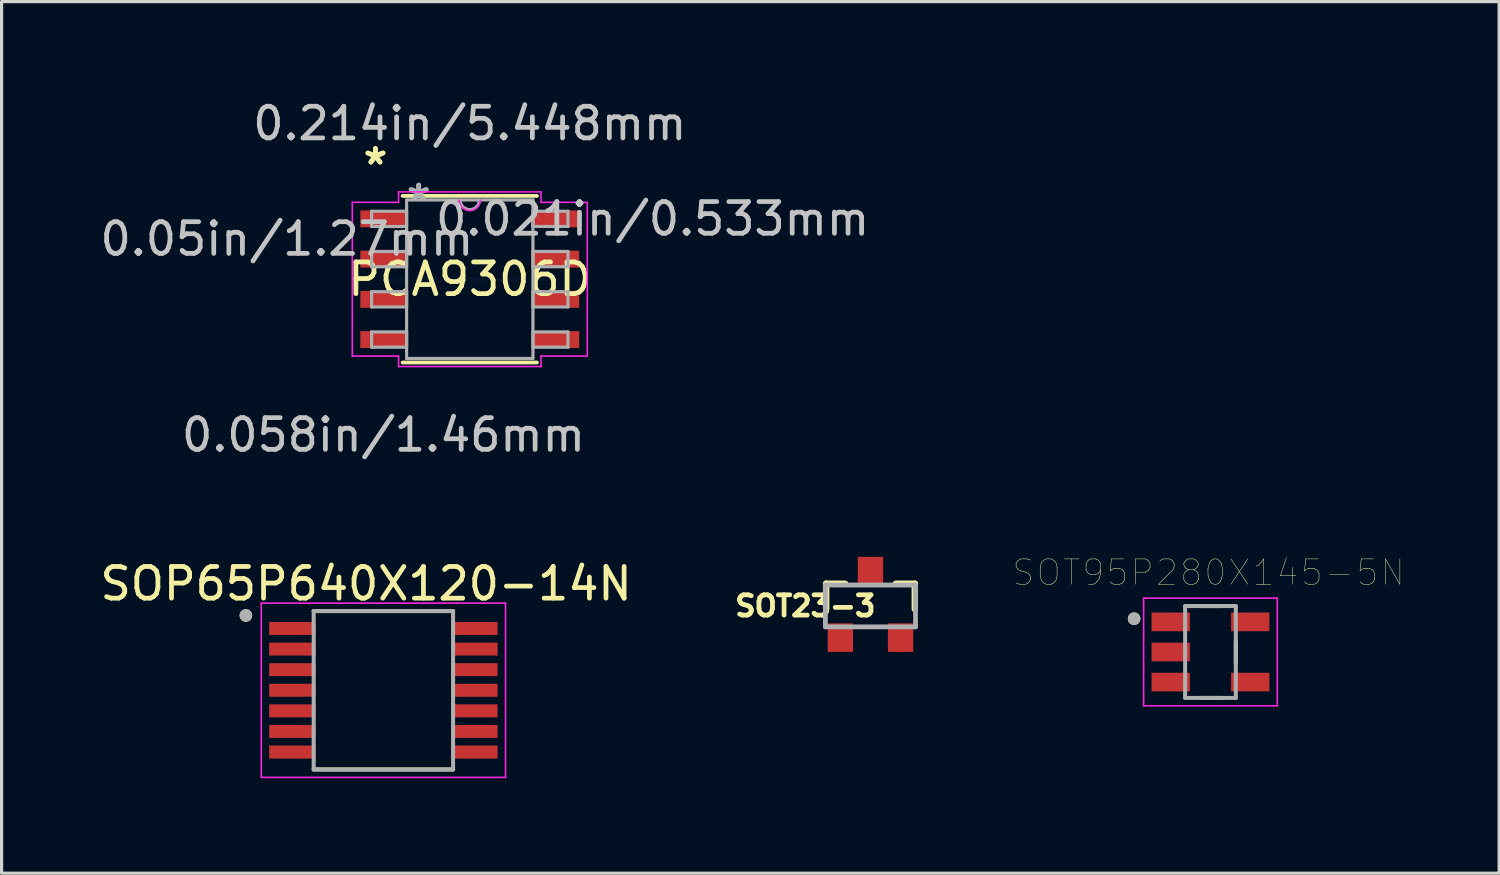
<source format=kicad_pcb>
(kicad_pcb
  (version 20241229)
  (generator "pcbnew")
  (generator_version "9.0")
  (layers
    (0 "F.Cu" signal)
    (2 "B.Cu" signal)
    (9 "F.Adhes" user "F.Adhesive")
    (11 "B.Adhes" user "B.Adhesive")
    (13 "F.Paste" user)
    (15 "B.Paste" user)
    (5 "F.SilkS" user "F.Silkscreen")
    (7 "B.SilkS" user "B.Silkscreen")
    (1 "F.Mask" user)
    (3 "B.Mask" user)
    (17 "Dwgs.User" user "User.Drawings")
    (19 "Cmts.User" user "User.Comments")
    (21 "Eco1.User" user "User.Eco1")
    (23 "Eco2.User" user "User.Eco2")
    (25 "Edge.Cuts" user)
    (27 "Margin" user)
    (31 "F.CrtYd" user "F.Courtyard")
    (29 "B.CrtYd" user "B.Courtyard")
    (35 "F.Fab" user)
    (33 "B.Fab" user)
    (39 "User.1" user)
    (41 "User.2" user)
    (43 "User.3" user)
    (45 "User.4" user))
  (footprint "PCA9306D"
    (layer "F.Cu")
    (at 11.778 5.763)
    (property "Reference" "PCA9306D" (at 0 0 0) (layer "F.SilkS") (effects (font (size 1 1) (thickness 0.15))))
    (attr through_hole)
    (fp_line (start -2.121 2.629) (end 2.121 2.629) (stroke (width 0.12) (type solid)) (layer "F.SilkS"))
    (fp_line (start 2.121 -2.629) (end -2.121 -2.629) (stroke (width 0.12) (type solid)) (layer "F.SilkS"))
    (fp_line (start -3.708 -2.426) (end -2.248 -2.426) (stroke (width 0.05) (type solid)) (layer "F.CrtYd"))
    (fp_line (start -3.708 2.426) (end -3.708 -2.426) (stroke (width 0.05) (type solid)) (layer "F.CrtYd"))
    (fp_line (start -2.248 -2.756) (end 2.248 -2.756) (stroke (width 0.05) (type solid)) (layer "F.CrtYd"))
    (fp_line (start -2.248 -2.426) (end -2.248 -2.756) (stroke (width 0.05) (type solid)) (layer "F.CrtYd"))
    (fp_line (start -2.248 2.426) (end -3.708 2.426) (stroke (width 0.05) (type solid)) (layer "F.CrtYd"))
    (fp_line (start -2.248 2.756) (end -2.248 2.426) (stroke (width 0.05) (type solid)) (layer "F.CrtYd"))
    (fp_line (start 2.248 -2.756) (end 2.248 -2.426) (stroke (width 0.05) (type solid)) (layer "F.CrtYd"))
    (fp_line (start 2.248 -2.426) (end 3.708 -2.426) (stroke (width 0.05) (type solid)) (layer "F.CrtYd"))
    (fp_line (start 2.248 2.426) (end 2.248 2.756) (stroke (width 0.05) (type solid)) (layer "F.CrtYd"))
    (fp_line (start 2.248 2.756) (end -2.248 2.756) (stroke (width 0.05) (type solid)) (layer "F.CrtYd"))
    (fp_line (start 3.708 -2.426) (end 3.708 2.426) (stroke (width 0.05) (type solid)) (layer "F.CrtYd"))
    (fp_line (start 3.708 2.426) (end 2.248 2.426) (stroke (width 0.05) (type solid)) (layer "F.CrtYd"))
    (fp_arc (start 0.332317 -2.5019) (mid 0 -2.169583) (end -0.332317 -2.5019) (stroke (width 0.05) (type solid)) (layer "F.CrtYd"))
    (fp_line (start -3.099 -2.146) (end -3.099 -1.664) (stroke (width 0.1) (type solid)) (layer "F.Fab"))
    (fp_line (start -3.099 -1.664) (end -1.994 -1.664) (stroke (width 0.1) (type solid)) (layer "F.Fab"))
    (fp_line (start -3.099 -0.876) (end -3.099 -0.394) (stroke (width 0.1) (type solid)) (layer "F.Fab"))
    (fp_line (start -3.099 -0.394) (end -1.994 -0.394) (stroke (width 0.1) (type solid)) (layer "F.Fab"))
    (fp_line (start -3.099 0.394) (end -3.099 0.876) (stroke (width 0.1) (type solid)) (layer "F.Fab"))
    (fp_line (start -3.099 0.876) (end -1.994 0.876) (stroke (width 0.1) (type solid)) (layer "F.Fab"))
    (fp_line (start -3.099 1.664) (end -3.099 2.146) (stroke (width 0.1) (type solid)) (layer "F.Fab"))
    (fp_line (start -3.099 2.146) (end -1.994 2.146) (stroke (width 0.1) (type solid)) (layer "F.Fab"))
    (fp_line (start -1.994 -2.502) (end -1.994 2.502) (stroke (width 0.1) (type solid)) (layer "F.Fab"))
    (fp_line (start -1.994 -2.146) (end -3.099 -2.146) (stroke (width 0.1) (type solid)) (layer "F.Fab"))
    (fp_line (start -1.994 -1.664) (end -1.994 -2.146) (stroke (width 0.1) (type solid)) (layer "F.Fab"))
    (fp_line (start -1.994 -0.876) (end -3.099 -0.876) (stroke (width 0.1) (type solid)) (layer "F.Fab"))
    (fp_line (start -1.994 -0.394) (end -1.994 -0.876) (stroke (width 0.1) (type solid)) (layer "F.Fab"))
    (fp_line (start -1.994 0.394) (end -3.099 0.394) (stroke (width 0.1) (type solid)) (layer "F.Fab"))
    (fp_line (start -1.994 0.876) (end -1.994 0.394) (stroke (width 0.1) (type solid)) (layer "F.Fab"))
    (fp_line (start -1.994 1.664) (end -3.099 1.664) (stroke (width 0.1) (type solid)) (layer "F.Fab"))
    (fp_line (start -1.994 2.146) (end -1.994 1.664) (stroke (width 0.1) (type solid)) (layer "F.Fab"))
    (fp_line (start -1.994 2.502) (end 1.994 2.502) (stroke (width 0.1) (type solid)) (layer "F.Fab"))
    (fp_line (start 1.994 -2.502) (end -1.994 -2.502) (stroke (width 0.1) (type solid)) (layer "F.Fab"))
    (fp_line (start 1.994 -2.146) (end 1.994 -1.664) (stroke (width 0.1) (type solid)) (layer "F.Fab"))
    (fp_line (start 1.994 -1.664) (end 3.099 -1.664) (stroke (width 0.1) (type solid)) (layer "F.Fab"))
    (fp_line (start 1.994 -0.876) (end 1.994 -0.394) (stroke (width 0.1) (type solid)) (layer "F.Fab"))
    (fp_line (start 1.994 -0.394) (end 3.099 -0.394) (stroke (width 0.1) (type solid)) (layer "F.Fab"))
    (fp_line (start 1.994 0.394) (end 1.994 0.876) (stroke (width 0.1) (type solid)) (layer "F.Fab"))
    (fp_line (start 1.994 0.876) (end 3.099 0.876) (stroke (width 0.1) (type solid)) (layer "F.Fab"))
    (fp_line (start 1.994 1.664) (end 1.994 2.146) (stroke (width 0.1) (type solid)) (layer "F.Fab"))
    (fp_line (start 1.994 2.146) (end 3.099 2.146) (stroke (width 0.1) (type solid)) (layer "F.Fab"))
    (fp_line (start 1.994 2.502) (end 1.994 -2.502) (stroke (width 0.1) (type solid)) (layer "F.Fab"))
    (fp_line (start 3.099 -2.146) (end 1.994 -2.146) (stroke (width 0.1) (type solid)) (layer "F.Fab"))
    (fp_line (start 3.099 -1.664) (end 3.099 -2.146) (stroke (width 0.1) (type solid)) (layer "F.Fab"))
    (fp_line (start 3.099 -0.876) (end 1.994 -0.876) (stroke (width 0.1) (type solid)) (layer "F.Fab"))
    (fp_line (start 3.099 -0.394) (end 3.099 -0.876) (stroke (width 0.1) (type solid)) (layer "F.Fab"))
    (fp_line (start 3.099 0.394) (end 1.994 0.394) (stroke (width 0.1) (type solid)) (layer "F.Fab"))
    (fp_line (start 3.099 0.876) (end 3.099 0.394) (stroke (width 0.1) (type solid)) (layer "F.Fab"))
    (fp_line (start 3.099 1.664) (end 1.994 1.664) (stroke (width 0.1) (type solid)) (layer "F.Fab"))
    (fp_line (start 3.099 2.146) (end 3.099 1.664) (stroke (width 0.1) (type solid)) (layer "F.Fab"))
    (fp_arc (start 0.3048 -2.5019) (mid 0 -2.1971) (end -0.3048 -2.5019) (stroke (width 0.1) (type solid)) (layer "F.Fab"))
    (fp_text user "*" (at -2.978 -3.581 0) (layer "F.SilkS") (effects (font (size 1 1) (thickness 0.15))))
    (fp_text user "*" (at -2.978 -3.581 0) (layer "F.SilkS") (effects (font (size 1 1) (thickness 0.15))))
    (fp_text user "0.214in/5.448mm" (at 0 -4.915 0) (layer "Dwgs.User") (effects (font (size 1 1) (thickness 0.15))))
    (fp_text user "0.021in/0.533mm" (at 5.772 -1.905 0) (layer "Dwgs.User") (effects (font (size 1 1) (thickness 0.15))))
    (fp_text user "0.05in/1.27mm" (at -5.772 -1.27 0) (layer "Dwgs.User") (effects (font (size 1 1) (thickness 0.15))))
    (fp_text user "0.058in/1.46mm" (at -2.724 4.915 0) (layer "Dwgs.User") (effects (font (size 1 1) (thickness 0.15))))
    (fp_text user "Copyright 2021 Accelerated Designs. All rights reserved." (at 0 0 0) (layer "Cmts.User") (effects (font (size 0.127 0.127) (thickness 0.002))))
    (fp_text user "*" (at -1.613 -2.426 0) (layer "F.Fab") (effects (font (size 1 1) (thickness 0.15))))
    (fp_text user "*" (at -1.613 -2.426 0) (layer "F.Fab") (effects (font (size 1 1) (thickness 0.15))))
    (pad "1" smd rect (at -2.724 -1.905) (size 1.46 0.533) (layers "F.Cu" "F.Mask" "F.Paste"))
    (pad "2" smd rect (at -2.724 -0.635) (size 1.46 0.533) (layers "F.Cu" "F.Mask" "F.Paste"))
    (pad "3" smd rect (at -2.724 0.635) (size 1.46 0.533) (layers "F.Cu" "F.Mask" "F.Paste"))
    (pad "4" smd rect (at -2.724 1.905) (size 1.46 0.533) (layers "F.Cu" "F.Mask" "F.Paste"))
    (pad "5" smd rect (at 2.724 1.905) (size 1.46 0.533) (layers "F.Cu" "F.Mask" "F.Paste"))
    (pad "6" smd rect (at 2.724 0.635) (size 1.46 0.533) (layers "F.Cu" "F.Mask" "F.Paste"))
    (pad "7" smd rect (at 2.724 -0.635) (size 1.46 0.533) (layers "F.Cu" "F.Mask" "F.Paste"))
    (pad "8" smd rect (at 2.724 -1.905) (size 1.46 0.533) (layers "F.Cu" "F.Mask" "F.Paste")))
  (footprint "SOT95P280X145-5N"
    (layer "F.Cu")
    (at 35.157 17.529)
    (property "Reference" "SOT95P280X145-5N" (at -0.06 -2.508 0) (layer "F.SilkS") (effects (font (size 0.8 0.8) (thickness 0.015))))
    (attr through_hole)
    (fp_line (start -0.33 -1.45) (end 0.33 -1.45) (stroke (width 0.127) (type solid)) (layer "F.SilkS"))
    (fp_line (start 0.33 1.45) (end -0.33 1.45) (stroke (width 0.127) (type solid)) (layer "F.SilkS"))
    (fp_line (start 0.8 -0.335) (end 0.8 0.335) (stroke (width 0.127) (type solid)) (layer "F.SilkS"))
    (fp_circle (center -2.41 -1.05) (end -2.31 -1.05) (stroke (width 0.2) (type solid)) (fill no) (layer "F.SilkS"))
    (fp_line (start -2.11 -1.7) (end 2.11 -1.7) (stroke (width 0.05) (type solid)) (layer "F.CrtYd"))
    (fp_line (start -2.11 1.7) (end -2.11 -1.7) (stroke (width 0.05) (type solid)) (layer "F.CrtYd"))
    (fp_line (start 2.11 -1.7) (end 2.11 1.7) (stroke (width 0.05) (type solid)) (layer "F.CrtYd"))
    (fp_line (start 2.11 1.7) (end -2.11 1.7) (stroke (width 0.05) (type solid)) (layer "F.CrtYd"))
    (fp_line (start -0.8 -1.45) (end 0.8 -1.45) (stroke (width 0.127) (type solid)) (layer "F.Fab"))
    (fp_line (start -0.8 1.45) (end -0.8 -1.45) (stroke (width 0.127) (type solid)) (layer "F.Fab"))
    (fp_line (start 0.8 -1.45) (end 0.8 1.45) (stroke (width 0.127) (type solid)) (layer "F.Fab"))
    (fp_line (start 0.8 1.45) (end -0.8 1.45) (stroke (width 0.127) (type solid)) (layer "F.Fab"))
    (fp_circle (center -2.41 -1.05) (end -2.31 -1.05) (stroke (width 0.2) (type solid)) (fill no) (layer "F.Fab"))
    (pad "1" smd rect (at -1.255 -0.95) (size 1.21 0.59) (layers "F.Cu" "F.Mask" "F.Paste"))
    (pad "2" smd rect (at -1.255 0) (size 1.21 0.59) (layers "F.Cu" "F.Mask" "F.Paste"))
    (pad "3" smd rect (at -1.255 0.95) (size 1.21 0.59) (layers "F.Cu" "F.Mask" "F.Paste"))
    (pad "4" smd rect (at 1.255 0.95) (size 1.21 0.59) (layers "F.Cu" "F.Mask" "F.Paste"))
    (pad "5" smd rect (at 1.255 -0.95) (size 1.21 0.59) (layers "F.Cu" "F.Mask" "F.Paste")))
  (footprint "SOP65P640X120-14N"
    (layer "F.Cu")
    (at 9.051 18.737)
    (property "Reference" "SOP65P640X120-14N" (at -0.545 -3.362 0) (layer "F.SilkS") (effects (font (size 1 1) (thickness 0.15))))
    (attr through_hole)
    (fp_line (start -2.2 -2.5) (end 2.2 -2.5) (stroke (width 0.127) (type solid)) (layer "F.SilkS"))
    (fp_line (start -2.2 2.5) (end 2.2 2.5) (stroke (width 0.127) (type solid)) (layer "F.SilkS"))
    (fp_circle (center -4.34 -2.36) (end -4.24 -2.36) (stroke (width 0.2) (type solid)) (fill no) (layer "F.SilkS"))
    (fp_line (start -3.855 -2.75) (end -3.855 2.75) (stroke (width 0.05) (type solid)) (layer "F.CrtYd"))
    (fp_line (start -3.855 -2.75) (end 3.855 -2.75) (stroke (width 0.05) (type solid)) (layer "F.CrtYd"))
    (fp_line (start -3.855 2.75) (end 3.855 2.75) (stroke (width 0.05) (type solid)) (layer "F.CrtYd"))
    (fp_line (start 3.855 -2.75) (end 3.855 2.75) (stroke (width 0.05) (type solid)) (layer "F.CrtYd"))
    (fp_line (start -2.2 -2.5) (end -2.2 2.5) (stroke (width 0.127) (type solid)) (layer "F.Fab"))
    (fp_line (start -2.2 -2.5) (end 2.2 -2.5) (stroke (width 0.127) (type solid)) (layer "F.Fab"))
    (fp_line (start -2.2 2.5) (end 2.2 2.5) (stroke (width 0.127) (type solid)) (layer "F.Fab"))
    (fp_line (start 2.2 -2.5) (end 2.2 2.5) (stroke (width 0.127) (type solid)) (layer "F.Fab"))
    (fp_circle (center -4.34 -2.36) (end -4.24 -2.36) (stroke (width 0.2) (type solid)) (fill no) (layer "F.Fab"))
    (pad "1" smd rect (at -2.87 -1.95) (size 1.47 0.41) (layers "F.Cu" "F.Mask" "F.Paste"))
    (pad "2" smd rect (at -2.87 -1.3) (size 1.47 0.41) (layers "F.Cu" "F.Mask" "F.Paste"))
    (pad "3" smd rect (at -2.87 -0.65) (size 1.47 0.41) (layers "F.Cu" "F.Mask" "F.Paste"))
    (pad "4" smd rect (at -2.87 0) (size 1.47 0.41) (layers "F.Cu" "F.Mask" "F.Paste"))
    (pad "5" smd rect (at -2.87 0.65) (size 1.47 0.41) (layers "F.Cu" "F.Mask" "F.Paste"))
    (pad "6" smd rect (at -2.87 1.3) (size 1.47 0.41) (layers "F.Cu" "F.Mask" "F.Paste"))
    (pad "7" smd rect (at -2.87 1.95) (size 1.47 0.41) (layers "F.Cu" "F.Mask" "F.Paste"))
    (pad "8" smd rect (at 2.87 1.95) (size 1.47 0.41) (layers "F.Cu" "F.Mask" "F.Paste"))
    (pad "9" smd rect (at 2.87 1.3) (size 1.47 0.41) (layers "F.Cu" "F.Mask" "F.Paste"))
    (pad "10" smd rect (at 2.87 0.65) (size 1.47 0.41) (layers "F.Cu" "F.Mask" "F.Paste"))
    (pad "11" smd rect (at 2.87 0) (size 1.47 0.41) (layers "F.Cu" "F.Mask" "F.Paste"))
    (pad "12" smd rect (at 2.87 -0.65) (size 1.47 0.41) (layers "F.Cu" "F.Mask" "F.Paste"))
    (pad "13" smd rect (at 2.87 -1.3) (size 1.47 0.41) (layers "F.Cu" "F.Mask" "F.Paste"))
    (pad "14" smd rect (at 2.87 -1.95) (size 1.47 0.41) (layers "F.Cu" "F.Mask" "F.Paste")))
  (footprint "SOT23-3"
    (layer "F.Cu")
    (at 24.425 16.076)
    (property "Reference" "SOT23-3" (at -2.057 0 180) (layer "F.SilkS") (effects (font (size 0.64 0.64) (thickness 0.15))))
    (attr through_hole)
    (fp_line (start -1.4 -0.7) (end -1.4 0.1) (stroke (width 0.203) (type solid)) (layer "F.SilkS"))
    (fp_line (start -0.8 -0.7) (end -1.4 -0.7) (stroke (width 0.203) (type solid)) (layer "F.SilkS"))
    (fp_line (start 0.8 -0.7) (end 1.4 -0.7) (stroke (width 0.203) (type solid)) (layer "F.SilkS"))
    (fp_line (start 1.4 -0.7) (end 1.4 0.1) (stroke (width 0.203) (type solid)) (layer "F.SilkS"))
    (fp_line (start -1.422 -0.66) (end 1.422 -0.66) (stroke (width 0.152) (type solid)) (layer "F.Fab"))
    (fp_line (start -1.422 0.66) (end -1.422 -0.66) (stroke (width 0.152) (type solid)) (layer "F.Fab"))
    (fp_line (start 1.422 -0.66) (end 1.422 0.66) (stroke (width 0.152) (type solid)) (layer "F.Fab"))
    (fp_line (start 1.422 0.66) (end -1.422 0.66) (stroke (width 0.152) (type solid)) (layer "F.Fab"))
    (pad "1" smd rect (at -0.95 1) (size 0.8 0.9) (layers "F.Cu" "F.Mask" "F.Paste"))
    (pad "2" smd rect (at 0.95 1) (size 0.8 0.9) (layers "F.Cu" "F.Mask" "F.Paste"))
    (pad "3" smd rect (at 0 -1.1) (size 0.8 0.9) (layers "F.Cu" "F.Mask" "F.Paste")))
  (gr_rect
    (start -3 -3)
    (end 44.268 24.512)
    (stroke (width 0.1) (type default))
    (fill no)
    (layer "Edge.Cuts")))
</source>
